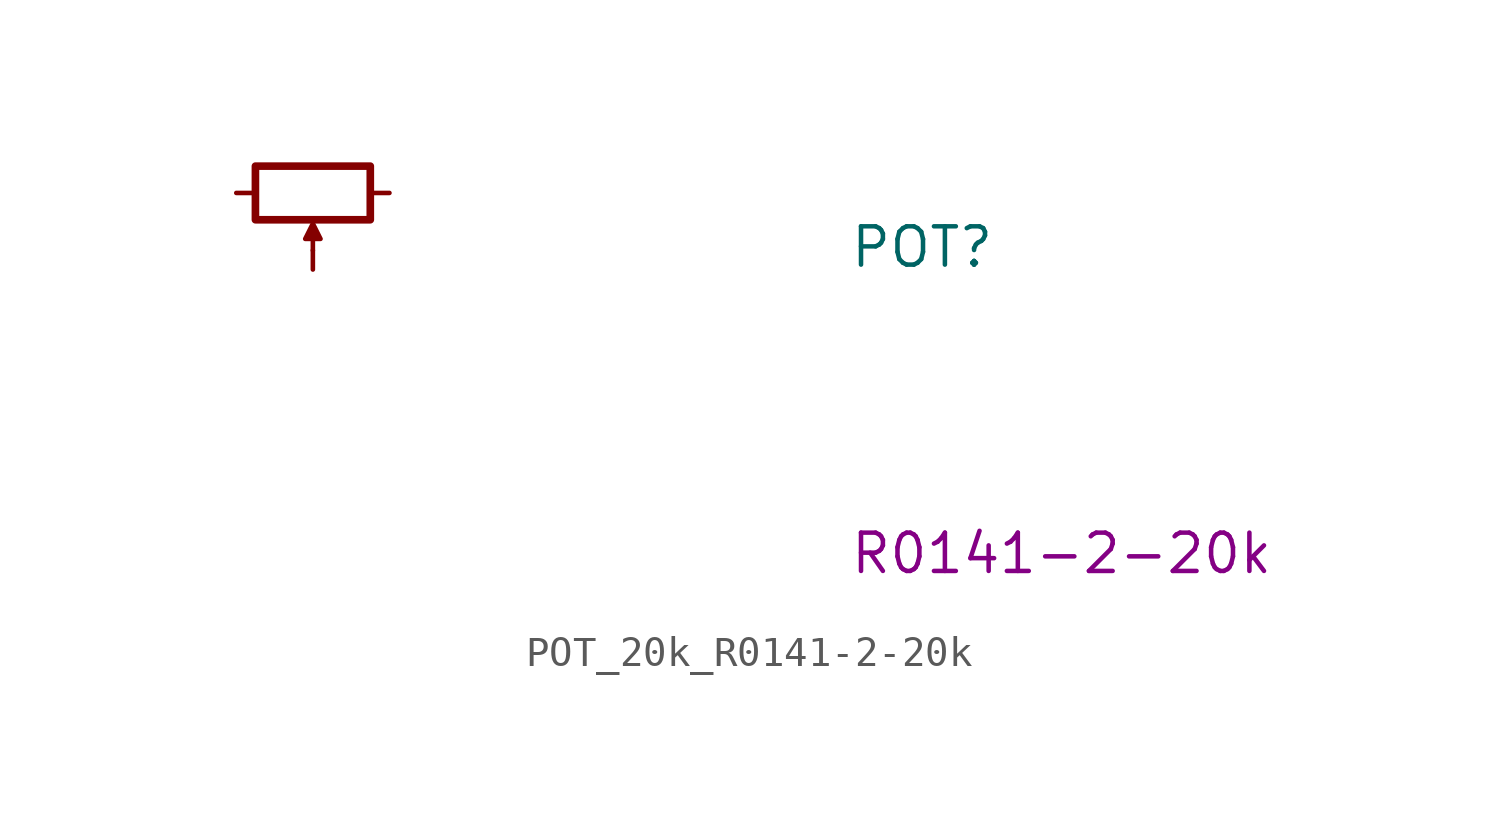
<source format=kicad_sym>
(kicad_symbol_lib
  (version 20220914)
  (generator kicad_symbol_editor)
  (symbol "POT_20k_R0141-2-20k"
    (pin_numbers hide)
    (property "Reference" "POT"
      (at 20.32 -2.54 0)
      (effects (font (size 1.27 1.27) (thickness 0.15)) (justify left bottom)))
    (property "MPN" "R0141-2-20k"
      (at 20.32 -12.7 0)
      (effects (font (size 1.27 1.27) (thickness 0.15)) (justify left bottom)))
    (symbol "POT_20k_R0141-2-20k_0_1"
      (polyline (pts (xy 2.54 -1.905) (xy 2.54 -1.016) (xy 2.794 -1.524) (xy 2.286 -1.524) (xy 2.54 -1.016)) (stroke (width 0) (type default)) (fill (type outline)))
      (rectangle (start 0.635 0.889) (end 4.445 -0.889) (stroke (width 0.254) (type default)) (fill (type none))))
    (symbol "POT_20k_R0141-2-20k_1_1"
      (pin passive line (at 0 0 0) (length 0.635) (name "~" (effects (font (size 1.27 1.27)))) (number "1" (effects (font (size 1.27 1.27)))))
      (pin passive line (at 5.08 0 180) (length 0.635) (name "~" (effects (font (size 1.27 1.27)))) (number "2" (effects (font (size 1.27 1.27)))))
      (pin passive line (at 2.54 -2.54 90) (length 0.635) (name "~" (effects (font (size 1.27 1.27)))) (number "3" (effects (font (size 1.27 1.27))))))))
</source>
